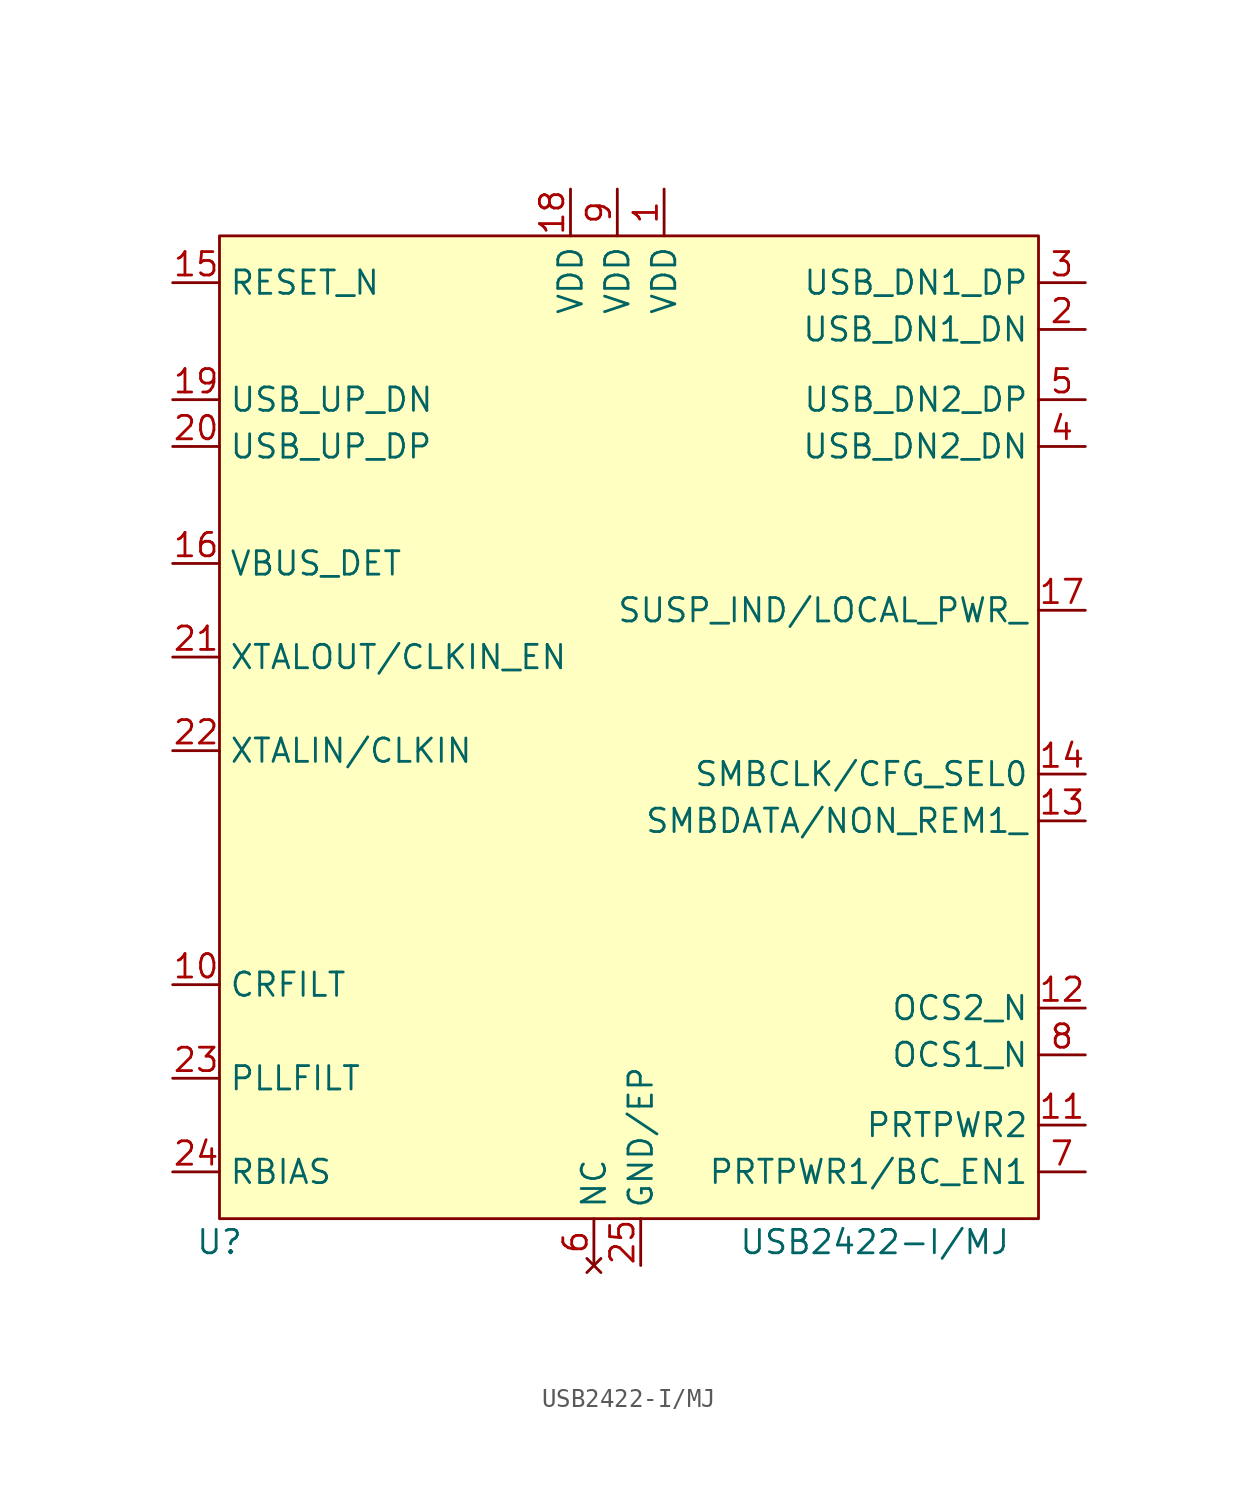
<source format=kicad_sym>
(kicad_symbol_lib
  (version 20231120)
  (generator "kicad_symbol_editor")
  (generator_version "8.0")
  (symbol "USB2422-I/MJ"
    (property "Reference" "U"
      (at 0 -1.27 0)
      (effects (font (size 1.27 1.27))))
    (property "Value" "USB2422-I/MJ"
      (at 35.56 -1.27 0)
      (effects (font (size 1.27 1.27))))
    (symbol "USB2422-I/MJ_0_0"
      (pin power_in line (at 24.13 55.88 270) (length 2.54) (name "VDD" (effects (font (size 1.27 1.27)))) (number "1" (effects (font (size 1.27 1.27)))))
      (pin passive line (at -2.54 12.7 0) (length 2.54) (name "CRFILT" (effects (font (size 1.27 1.27)))) (number "10" (effects (font (size 1.27 1.27)))))
      (pin input line (at 46.99 5.08 180) (length 2.54) (name "PRTPWR2" (effects (font (size 1.27 1.27)))) (number "11" (effects (font (size 1.27 1.27)))))
      (pin input line (at 46.99 11.43 180) (length 2.54) (name "OCS2_N" (effects (font (size 1.27 1.27)))) (number "12" (effects (font (size 1.27 1.27)))))
      (pin input line (at 46.99 21.59 180) (length 2.54) (name "SMBDATA/NON_REM1_" (effects (font (size 1.27 1.27)))) (number "13" (effects (font (size 1.27 1.27)))))
      (pin input line (at 46.99 24.13 180) (length 2.54) (name "SMBCLK/CFG_SEL0" (effects (font (size 1.27 1.27)))) (number "14" (effects (font (size 1.27 1.27)))))
      (pin input line (at -2.54 50.8 0) (length 2.54) (name "RESET_N" (effects (font (size 1.27 1.27)))) (number "15" (effects (font (size 1.27 1.27)))))
      (pin input line (at -2.54 35.56 0) (length 2.54) (name "VBUS_DET" (effects (font (size 1.27 1.27)))) (number "16" (effects (font (size 1.27 1.27)))))
      (pin input line (at 46.99 33.02 180) (length 2.54) (name "SUSP_IND/LOCAL_PWR_" (effects (font (size 1.27 1.27)))) (number "17" (effects (font (size 1.27 1.27)))))
      (pin power_in line (at 19.05 55.88 270) (length 2.54) (name "VDD" (effects (font (size 1.27 1.27)))) (number "18" (effects (font (size 1.27 1.27)))))
      (pin bidirectional line (at -2.54 44.45 0) (length 2.54) (name "USB_UP_DN" (effects (font (size 1.27 1.27)))) (number "19" (effects (font (size 1.27 1.27)))))
      (pin bidirectional line (at 46.99 48.26 180) (length 2.54) (name "USB_DN1_DN" (effects (font (size 1.27 1.27)))) (number "2" (effects (font (size 1.27 1.27)))))
      (pin bidirectional line (at -2.54 41.91 0) (length 2.54) (name "USB_UP_DP" (effects (font (size 1.27 1.27)))) (number "20" (effects (font (size 1.27 1.27)))))
      (pin output line (at -2.54 30.48 0) (length 2.54) (name "XTALOUT/CLKIN_EN" (effects (font (size 1.27 1.27)))) (number "21" (effects (font (size 1.27 1.27)))))
      (pin input line (at -2.54 25.4 0) (length 2.54) (name "XTALIN/CLKIN" (effects (font (size 1.27 1.27)))) (number "22" (effects (font (size 1.27 1.27)))))
      (pin passive line (at -2.54 7.62 0) (length 2.54) (name "PLLFILT" (effects (font (size 1.27 1.27)))) (number "23" (effects (font (size 1.27 1.27)))))
      (pin passive line (at -2.54 2.54 0) (length 2.54) (name "RBIAS" (effects (font (size 1.27 1.27)))) (number "24" (effects (font (size 1.27 1.27)))))
      (pin power_in line (at 22.86 -2.54 90) (length 2.54) (name "GND/EP" (effects (font (size 1.27 1.27)))) (number "25" (effects (font (size 1.27 1.27)))))
      (pin bidirectional line (at 46.99 50.8 180) (length 2.54) (name "USB_DN1_DP" (effects (font (size 1.27 1.27)))) (number "3" (effects (font (size 1.27 1.27)))))
      (pin bidirectional line (at 46.99 41.91 180) (length 2.54) (name "USB_DN2_DN" (effects (font (size 1.27 1.27)))) (number "4" (effects (font (size 1.27 1.27)))))
      (pin bidirectional line (at 46.99 44.45 180) (length 2.54) (name "USB_DN2_DP" (effects (font (size 1.27 1.27)))) (number "5" (effects (font (size 1.27 1.27)))))
      (pin no_connect line (at 20.32 -2.54 90) (length 2.54) (name "NC" (effects (font (size 1.27 1.27)))) (number "6" (effects (font (size 1.27 1.27)))))
      (pin input line (at 46.99 2.54 180) (length 2.54) (name "PRTPWR1/BC_EN1" (effects (font (size 1.27 1.27)))) (number "7" (effects (font (size 1.27 1.27)))))
      (pin input line (at 46.99 8.89 180) (length 2.54) (name "OCS1_N" (effects (font (size 1.27 1.27)))) (number "8" (effects (font (size 1.27 1.27)))))
      (pin power_in line (at 21.59 55.88 270) (length 2.54) (name "VDD" (effects (font (size 1.27 1.27)))) (number "9" (effects (font (size 1.27 1.27))))))
    (symbol "USB2422-I/MJ_1_1"
      (rectangle (start 0 53.34) (end 44.45 0) (stroke (width 0) (type default)) (fill (type background))))))
</source>
